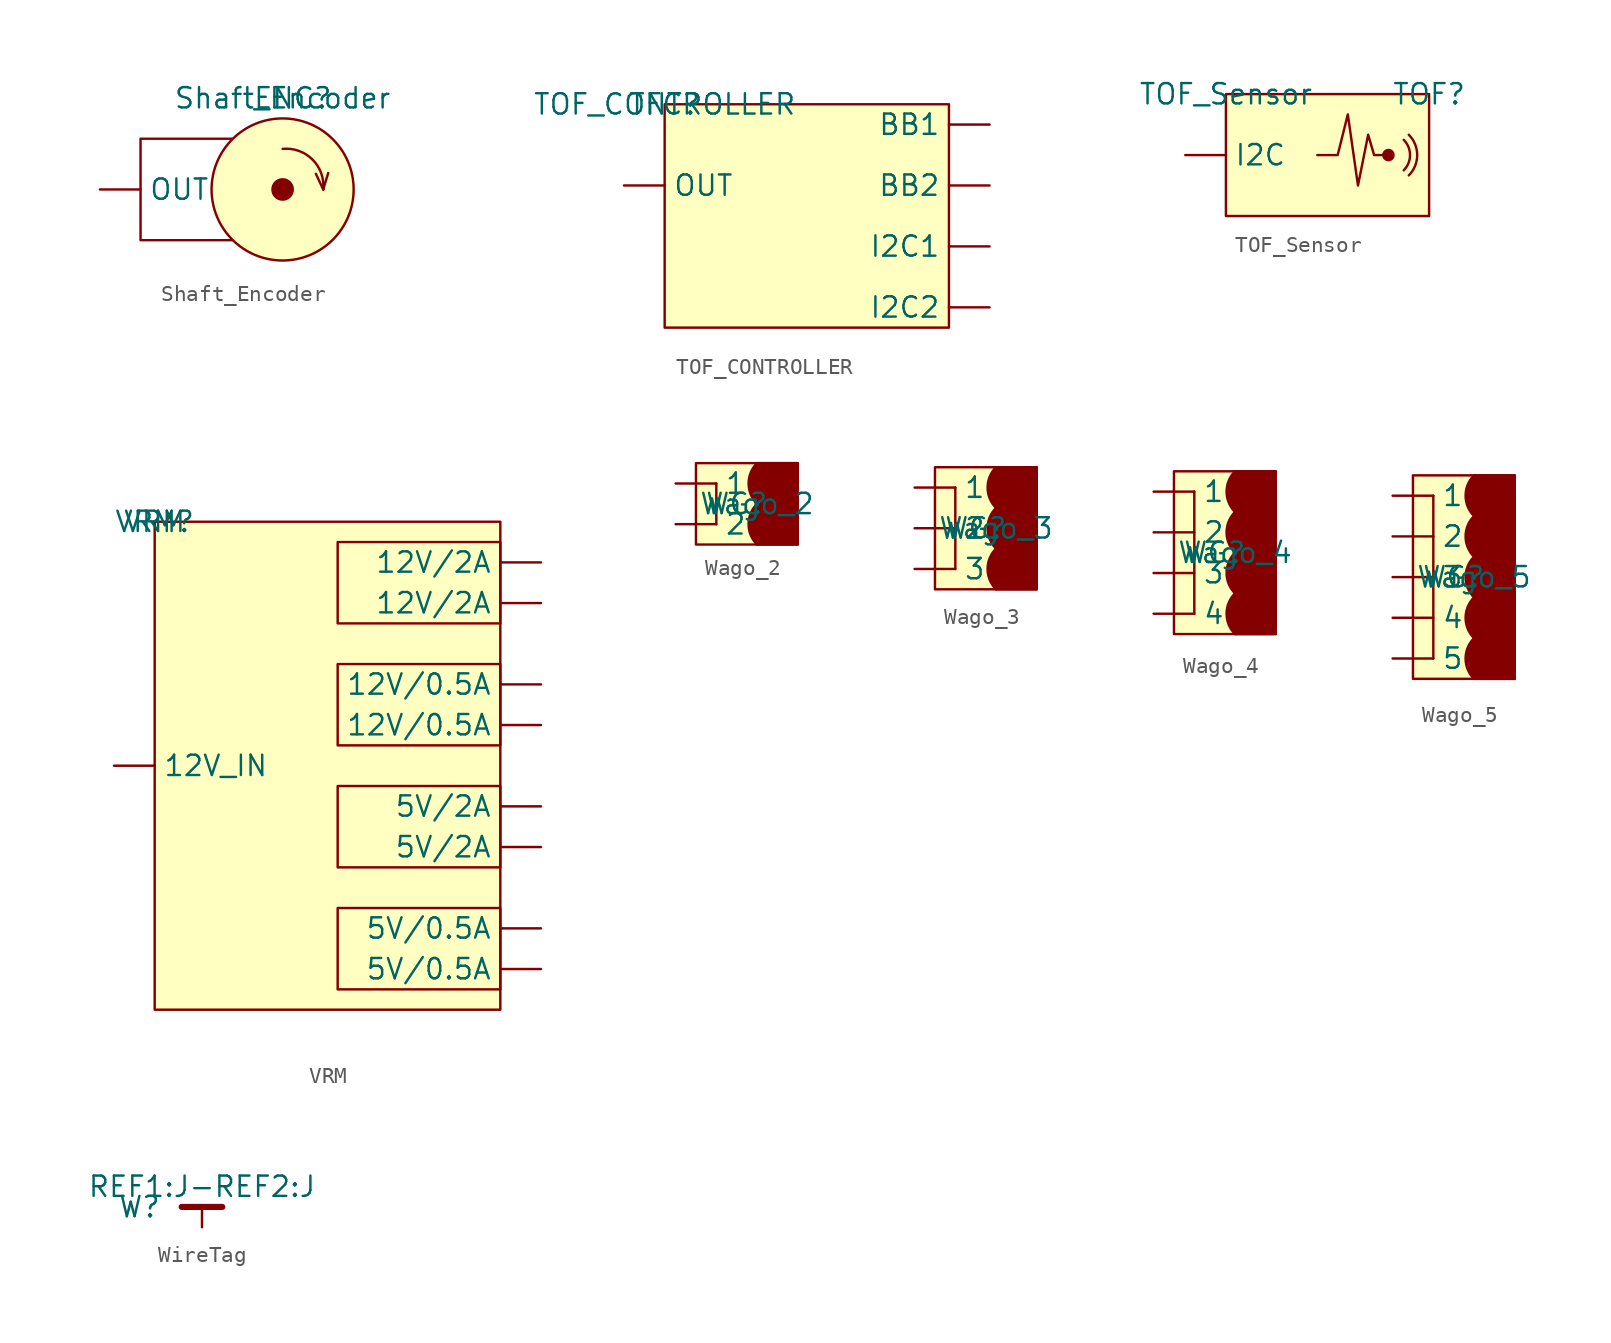
<source format=kicad_sym>
(kicad_symbol_lib
  (version 20220914)
  (generator kicad_symbol_editor)
  (symbol "Shaft_Encoder"
    (property "Reference" "ENC"
      (at 9.525 5.715 0)
      (effects (font (size 1.27 1.27))))
    (property "Value" "Shaft_Encoder"
      (at 8.89 5.715 0)
      (effects (font (size 1.27 1.27))))
    (symbol "Shaft_Encoder_0_1"
      (polyline (pts (xy 11.43 0) (xy 10.972 0.981)) (stroke (width 0) (type default)) (fill (type none)))
      (polyline (pts (xy 11.43 0) (xy 11.743 1.031)) (stroke (width 0) (type default)) (fill (type none)))
      (polyline (pts (xy 5.715 3.175) (xy 0 3.175) (xy 0 -3.175) (xy 5.715 -3.175)) (stroke (width 0) (type default)) (fill (type none)))
      (circle (center 8.89 0) (radius 0.635) (stroke (width 0) (type default)) (fill (type outline)))
      (circle (center 8.89 0) (radius 4.445) (stroke (width 0) (type default)) (fill (type background)))
      (arc (start 11.43 0) (mid 10.7612 1.8712) (end 8.89 2.54) (stroke (width 0) (type default)) (fill (type none))))
    (symbol "Shaft_Encoder_1_1"
      (pin input line (at -2.54 0 0) (length 2.54) (name "OUT" (effects (font (size 1.27 1.27)))) (number "" (effects (font (size 1.27 1.27)))))))
  (symbol "TOF_CONTROLLER"
    (property "Reference" "TFC"
      (at 0 0 0)
      (effects (font (size 1.27 1.27))))
    (property "Value" "TOF_CONTROLLER"
      (at 0 0 0)
      (effects (font (size 1.27 1.27))))
    (symbol "TOF_CONTROLLER_0_0"
      (pin unspecified line (at 20.32 -1.27 180) (length 2.54) (name "BB1" (effects (font (size 1.27 1.27)))) (number "" (effects (font (size 1.27 1.27)))))
      (pin unspecified line (at 20.32 -5.08 180) (length 2.54) (name "BB2" (effects (font (size 1.27 1.27)))) (number "" (effects (font (size 1.27 1.27)))))
      (pin unspecified line (at 20.32 -8.89 180) (length 2.54) (name "I2C1" (effects (font (size 1.27 1.27)))) (number "" (effects (font (size 1.27 1.27)))))
      (pin unspecified line (at 20.32 -12.7 180) (length 2.54) (name "I2C2" (effects (font (size 1.27 1.27)))) (number "" (effects (font (size 1.27 1.27)))))
      (pin unspecified line (at -2.54 -5.08 0) (length 2.54) (name "OUT" (effects (font (size 1.27 1.27)))) (number "" (effects (font (size 1.27 1.27))))))
    (symbol "TOF_CONTROLLER_0_1"
      (rectangle (start 0 0) (end 17.78 -13.97) (stroke (width 0) (type default)) (fill (type background)))))
  (symbol "TOF_Sensor"
    (property "Reference" "TOF"
      (at 12.7 0 0)
      (effects (font (size 1.27 1.27))))
    (property "Value" "TOF_Sensor"
      (at 0 0 0)
      (effects (font (size 1.27 1.27))))
    (symbol "TOF_Sensor_0_0"
      (pin unspecified line (at -2.54 -3.81 0) (length 2.54) (name "I2C" (effects (font (size 1.27 1.27)))) (number "" (effects (font (size 1.27 1.27))))))
    (symbol "TOF_Sensor_0_1"
      (rectangle (start 0 -7.62) (end 12.7 0) (stroke (width 0) (type default)) (fill (type background)))
      (polyline (pts (xy 5.715 -3.81) (xy 6.985 -3.81) (xy 7.62 -1.27) (xy 8.255 -5.715) (xy 8.89 -2.54) (xy 9.263 -3.809) (xy 10.16 -3.81)) (stroke (width 0) (type default)) (fill (type none)))
      (circle (center 10.16 -3.81) (radius 0.316) (stroke (width 0) (type default)) (fill (type outline)))
      (arc (start 11.1126 -4.7624) (mid 11.5071 -3.8099) (end 11.1125 -2.8574) (stroke (width 0) (type default)) (fill (type none)))
      (arc (start 11.4301 -5.08) (mid 11.9561 -3.81) (end 11.4301 -2.54) (stroke (width 0) (type default)) (fill (type none)))))
  (symbol "VRM"
    (property "Reference" "VRM"
      (at 0 0 0)
      (effects (font (size 1.27 1.27))))
    (property "Value" "VRM"
      (at 0 0 0)
      (effects (font (size 1.27 1.27))))
    (symbol "VRM_0_0"
      (pin unspecified line (at 24.13 -12.7 180) (length 2.54) (name "12V/0.5A" (effects (font (size 1.27 1.27)))) (number "" (effects (font (size 1.27 1.27)))))
      (pin unspecified line (at 24.13 -10.16 180) (length 2.54) (name "12V/0.5A" (effects (font (size 1.27 1.27)))) (number "" (effects (font (size 1.27 1.27)))))
      (pin unspecified line (at 24.13 -5.08 180) (length 2.54) (name "12V/2A" (effects (font (size 1.27 1.27)))) (number "" (effects (font (size 1.27 1.27)))))
      (pin unspecified line (at 24.13 -2.54 180) (length 2.54) (name "12V/2A" (effects (font (size 1.27 1.27)))) (number "" (effects (font (size 1.27 1.27)))))
      (pin unspecified line (at -2.54 -15.24 0) (length 2.54) (name "12V_IN" (effects (font (size 1.27 1.27)))) (number "" (effects (font (size 1.27 1.27)))))
      (pin unspecified line (at 24.13 -27.94 180) (length 2.54) (name "5V/0.5A" (effects (font (size 1.27 1.27)))) (number "" (effects (font (size 1.27 1.27)))))
      (pin unspecified line (at 24.13 -25.4 180) (length 2.54) (name "5V/0.5A" (effects (font (size 1.27 1.27)))) (number "" (effects (font (size 1.27 1.27)))))
      (pin unspecified line (at 24.13 -20.32 180) (length 2.54) (name "5V/2A" (effects (font (size 1.27 1.27)))) (number "" (effects (font (size 1.27 1.27)))))
      (pin unspecified line (at 24.13 -17.78 180) (length 2.54) (name "5V/2A" (effects (font (size 1.27 1.27)))) (number "" (effects (font (size 1.27 1.27))))))
    (symbol "VRM_0_1"
      (rectangle (start 0 0) (end 21.59 -30.48) (stroke (width 0) (type default)) (fill (type background)))
      (rectangle (start 11.43 -24.13) (end 21.59 -29.21) (stroke (width 0) (type default)) (fill (type none)))
      (rectangle (start 11.43 -16.51) (end 21.59 -21.59) (stroke (width 0) (type default)) (fill (type none)))
      (rectangle (start 11.43 -8.89) (end 21.59 -13.97) (stroke (width 0) (type default)) (fill (type none)))
      (rectangle (start 11.43 -1.27) (end 21.59 -6.35) (stroke (width 0) (type default)) (fill (type none)))))
  (symbol "Wago_2"
    (property "Reference" "WG"
      (at 1.27 0 0)
      (effects (font (size 1.27 1.27))))
    (property "Value" "Wago_2"
      (at 2.54 0 0)
      (effects (font (size 1.27 1.27))))
    (symbol "Wago_2_0_1"
      (rectangle (start -1.27 2.54) (end 5.08 -2.54) (stroke (width 0) (type default)) (fill (type background)))
      (polyline (pts (xy 0 1.27) (xy 0 -1.27)) (stroke (width 0) (type default)) (fill (type none)))
      (arc (start 2.54 -1.27) (mid 2.54 -1.27) (end 2.54 -1.27) (stroke (width 0) (type default)) (fill (type none)))
      (arc (start 2.54 0) (mid 2.0139 -1.27) (end 2.54 -2.54) (stroke (width 0) (type default)) (fill (type outline)))
      (rectangle (start 2.54 0) (end 5.08 -2.54) (stroke (width 0) (type default)) (fill (type outline)))
      (arc (start 2.54 2.54) (mid 2.0139 1.27) (end 2.54 0) (stroke (width 0) (type default)) (fill (type outline)))
      (rectangle (start 2.54 2.54) (end 5.08 0) (stroke (width 0) (type default)) (fill (type outline)))
      (rectangle (start 3.81 -1.27) (end 3.81 -1.27) (stroke (width 0) (type default)) (fill (type none))))
    (symbol "Wago_2_1_1"
      (pin input line (at -2.54 1.27 0) (length 2.54) (name "1" (effects (font (size 1.27 1.27)))) (number "" (effects (font (size 1.27 1.27)))))
      (pin input line (at -2.54 -1.27 0) (length 2.54) (name "2" (effects (font (size 1.27 1.27)))) (number "" (effects (font (size 1.27 1.27)))))))
  (symbol "Wago_3"
    (property "Reference" "WG"
      (at 1.27 0 0)
      (effects (font (size 1.27 1.27))))
    (property "Value" "Wago_3"
      (at 2.54 0 0)
      (effects (font (size 1.27 1.27))))
    (symbol "Wago_3_0_1"
      (rectangle (start -1.27 3.81) (end 5.08 -3.81) (stroke (width 0) (type default)) (fill (type background)))
      (polyline (pts (xy 0 2.54) (xy 0 -2.54)) (stroke (width 0) (type default)) (fill (type none)))
      (arc (start 2.54 -1.27) (mid 2.0139 -2.54) (end 2.54 -3.81) (stroke (width 0) (type default)) (fill (type outline)))
      (rectangle (start 2.54 -1.27) (end 5.08 -3.81) (stroke (width 0) (type default)) (fill (type outline)))
      (arc (start 2.54 1.27) (mid 2.0139 0) (end 2.54 -1.27) (stroke (width 0) (type default)) (fill (type outline)))
      (rectangle (start 2.54 1.27) (end 5.08 -1.27) (stroke (width 0) (type default)) (fill (type outline)))
      (arc (start 2.54 2.54) (mid 2.54 2.54) (end 2.54 2.54) (stroke (width 0) (type default)) (fill (type none)))
      (arc (start 2.54 3.81) (mid 2.0139 2.54) (end 2.54 1.27) (stroke (width 0) (type default)) (fill (type outline)))
      (rectangle (start 2.54 3.81) (end 5.08 1.27) (stroke (width 0) (type default)) (fill (type outline)))
      (rectangle (start 3.81 -1.27) (end 3.81 -1.27) (stroke (width 0) (type default)) (fill (type none))))
    (symbol "Wago_3_1_1"
      (pin input line (at -2.54 2.54 0) (length 2.54) (name "1" (effects (font (size 1.27 1.27)))) (number "" (effects (font (size 1.27 1.27)))))
      (pin input line (at -2.54 0 0) (length 2.54) (name "2" (effects (font (size 1.27 1.27)))) (number "" (effects (font (size 1.27 1.27)))))
      (pin input line (at -2.54 -2.54 0) (length 2.54) (name "3" (effects (font (size 1.27 1.27)))) (number "" (effects (font (size 1.27 1.27)))))))
  (symbol "Wago_4"
    (property "Reference" "WG"
      (at 0 0 0)
      (effects (font (size 1.27 1.27))))
    (property "Value" "Wago_4"
      (at 1.27 0 0)
      (effects (font (size 1.27 1.27))))
    (symbol "Wago_4_0_1"
      (rectangle (start -2.54 5.08) (end 3.81 -5.08) (stroke (width 0) (type default)) (fill (type background)))
      (polyline (pts (xy -1.27 3.81) (xy -1.27 -3.81)) (stroke (width 0) (type default)) (fill (type none)))
      (rectangle (start 1.27 -3.81) (end 1.27 -3.81) (stroke (width 0) (type default)) (fill (type none)))
      (arc (start 1.27 -2.54) (mid 0.744 -3.81) (end 1.27 -5.08) (stroke (width 0) (type default)) (fill (type outline)))
      (rectangle (start 1.27 -2.54) (end 3.81 -5.08) (stroke (width 0) (type default)) (fill (type outline)))
      (arc (start 1.27 0) (mid 0.744 -1.27) (end 1.27 -2.54) (stroke (width 0) (type default)) (fill (type outline)))
      (rectangle (start 1.27 0) (end 3.81 -2.54) (stroke (width 0) (type default)) (fill (type outline)))
      (arc (start 1.27 2.54) (mid 0.744 1.27) (end 1.27 0) (stroke (width 0) (type default)) (fill (type outline)))
      (rectangle (start 1.27 2.54) (end 3.81 0) (stroke (width 0) (type default)) (fill (type outline)))
      (arc (start 1.27 5.08) (mid 0.744 3.81) (end 1.27 2.54) (stroke (width 0) (type default)) (fill (type outline)))
      (rectangle (start 1.27 5.08) (end 1.27 5.08) (stroke (width 0) (type default)) (fill (type none)))
      (rectangle (start 1.27 5.08) (end 3.81 2.54) (stroke (width 0) (type default)) (fill (type outline)))
      (rectangle (start 2.54 -1.27) (end 2.54 -1.27) (stroke (width 0) (type default)) (fill (type none))))
    (symbol "Wago_4_1_1"
      (pin input line (at -3.81 3.81 0) (length 2.54) (name "1" (effects (font (size 1.27 1.27)))) (number "" (effects (font (size 1.27 1.27)))))
      (pin input line (at -3.81 1.27 0) (length 2.54) (name "2" (effects (font (size 1.27 1.27)))) (number "" (effects (font (size 1.27 1.27)))))
      (pin input line (at -3.81 -1.27 0) (length 2.54) (name "3" (effects (font (size 1.27 1.27)))) (number "" (effects (font (size 1.27 1.27)))))
      (pin input line (at -3.81 -3.81 0) (length 2.54) (name "4" (effects (font (size 1.27 1.27)))) (number "" (effects (font (size 1.27 1.27)))))))
  (symbol "Wago_5"
    (property "Reference" "WG"
      (at 0 -1.27 0)
      (effects (font (size 1.27 1.27))))
    (property "Value" "Wago_5"
      (at 1.27 -1.27 0)
      (effects (font (size 1.27 1.27))))
    (symbol "Wago_5_0_1"
      (rectangle (start -2.54 5.08) (end 3.81 -7.62) (stroke (width 0) (type default)) (fill (type background)))
      (polyline (pts (xy -1.27 3.81) (xy -1.27 -6.35)) (stroke (width 0) (type default)) (fill (type none)))
      (rectangle (start 1.27 -6.35) (end 1.27 -6.35) (stroke (width 0) (type default)) (fill (type none)))
      (rectangle (start 1.27 -6.35) (end 1.27 -6.35) (stroke (width 0) (type default)) (fill (type none)))
      (arc (start 1.27 -5.08) (mid 0.744 -6.35) (end 1.27 -7.62) (stroke (width 0) (type default)) (fill (type outline)))
      (rectangle (start 1.27 -5.08) (end 3.81 -7.62) (stroke (width 0) (type default)) (fill (type outline)))
      (rectangle (start 1.27 -3.81) (end 1.27 -3.81) (stroke (width 0) (type default)) (fill (type none)))
      (arc (start 1.27 -2.54) (mid 0.744 -3.81) (end 1.27 -5.08) (stroke (width 0) (type default)) (fill (type outline)))
      (rectangle (start 1.27 -2.54) (end 3.81 -5.08) (stroke (width 0) (type default)) (fill (type outline)))
      (arc (start 1.27 0) (mid 0.744 -1.27) (end 1.27 -2.54) (stroke (width 0) (type default)) (fill (type outline)))
      (rectangle (start 1.27 0) (end 3.81 -2.54) (stroke (width 0) (type default)) (fill (type outline)))
      (arc (start 1.27 2.54) (mid 0.744 1.27) (end 1.27 0) (stroke (width 0) (type default)) (fill (type outline)))
      (rectangle (start 1.27 2.54) (end 3.81 0) (stroke (width 0) (type default)) (fill (type outline)))
      (arc (start 1.27 5.08) (mid 0.744 3.81) (end 1.27 2.54) (stroke (width 0) (type default)) (fill (type outline)))
      (rectangle (start 1.27 5.08) (end 1.27 5.08) (stroke (width 0) (type default)) (fill (type none)))
      (rectangle (start 1.27 5.08) (end 3.81 2.54) (stroke (width 0) (type default)) (fill (type outline)))
      (rectangle (start 2.54 -1.27) (end 2.54 -1.27) (stroke (width 0) (type default)) (fill (type none))))
    (symbol "Wago_5_1_1"
      (pin input line (at -3.81 3.81 0) (length 2.54) (name "1" (effects (font (size 1.27 1.27)))) (number "" (effects (font (size 1.27 1.27)))))
      (pin input line (at -3.81 1.27 0) (length 2.54) (name "2" (effects (font (size 1.27 1.27)))) (number "" (effects (font (size 1.27 1.27)))))
      (pin input line (at -3.81 -1.27 0) (length 2.54) (name "3" (effects (font (size 1.27 1.27)))) (number "" (effects (font (size 1.27 1.27)))))
      (pin input line (at -3.81 -3.81 0) (length 2.54) (name "4" (effects (font (size 1.27 1.27)))) (number "" (effects (font (size 1.27 1.27)))))
      (pin input line (at -3.81 -6.35 0) (length 2.54) (name "5" (effects (font (size 1.27 1.27)))) (number "" (effects (font (size 1.27 1.27)))))))
  (symbol "WireTag"
    (pin_numbers hide)
    (pin_names
      (offset 0) hide)
    (property "Reference" "W"
      (at -2.54 1.27 0)
      (effects (font (size 1.27 1.27)) (justify right)))
    (property "Value" "REF1:J-REF2:J"
      (at 0 2.54 0)
      (effects (font (size 1.27 1.27))))
    (symbol "WireTag_1_1"
      (polyline (pts (xy -1.27 1.27) (xy 1.27 1.27)) (stroke (width 0.381) (type default)) (fill (type none)))
      (pin input line (at 0 0 90) (length 1.27) (name "" (effects (font (size 1.27 1.27)))) (number "" (effects (font (size 1.27 1.27))))))))
</source>
